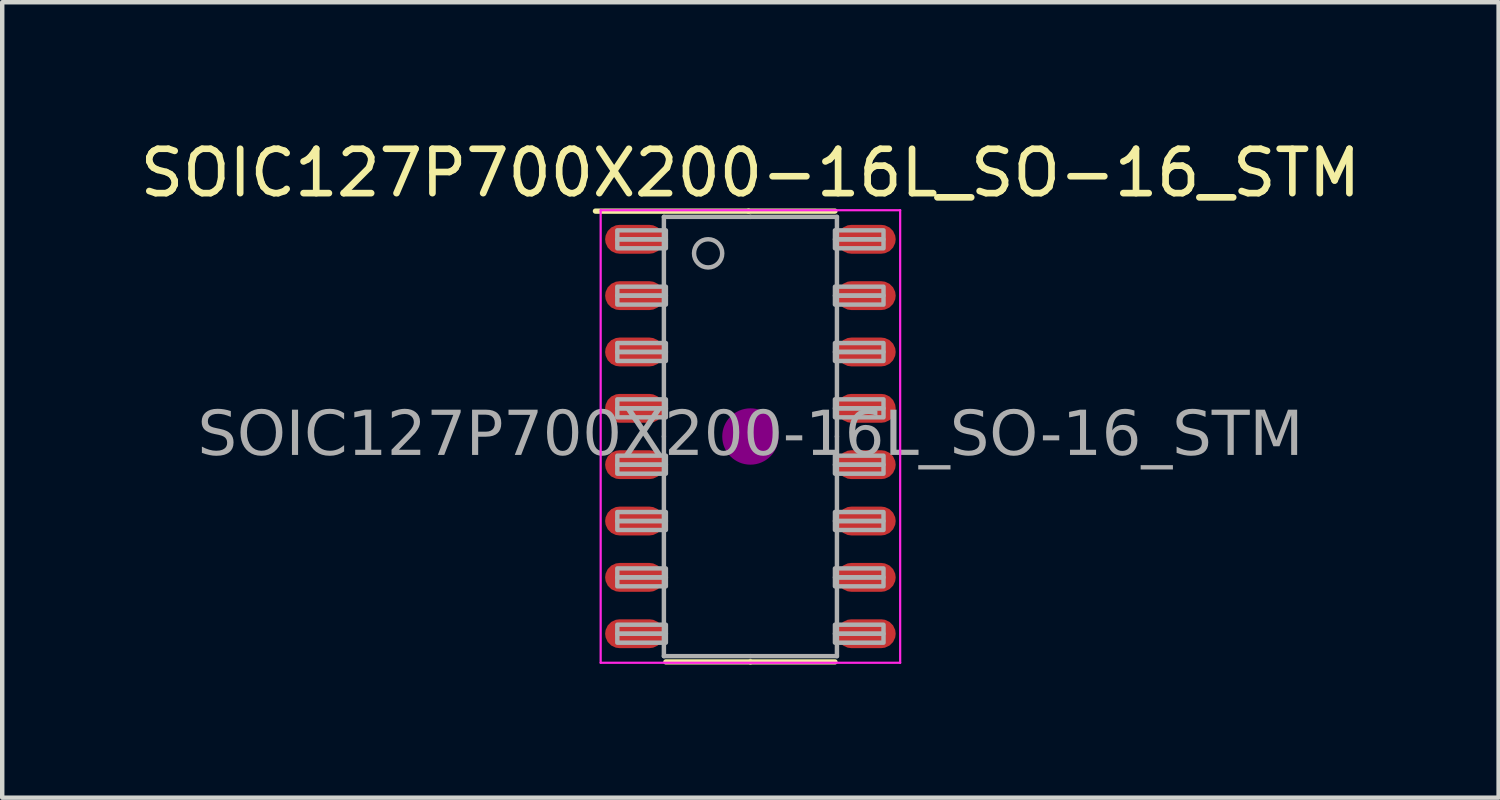
<source format=kicad_pcb>
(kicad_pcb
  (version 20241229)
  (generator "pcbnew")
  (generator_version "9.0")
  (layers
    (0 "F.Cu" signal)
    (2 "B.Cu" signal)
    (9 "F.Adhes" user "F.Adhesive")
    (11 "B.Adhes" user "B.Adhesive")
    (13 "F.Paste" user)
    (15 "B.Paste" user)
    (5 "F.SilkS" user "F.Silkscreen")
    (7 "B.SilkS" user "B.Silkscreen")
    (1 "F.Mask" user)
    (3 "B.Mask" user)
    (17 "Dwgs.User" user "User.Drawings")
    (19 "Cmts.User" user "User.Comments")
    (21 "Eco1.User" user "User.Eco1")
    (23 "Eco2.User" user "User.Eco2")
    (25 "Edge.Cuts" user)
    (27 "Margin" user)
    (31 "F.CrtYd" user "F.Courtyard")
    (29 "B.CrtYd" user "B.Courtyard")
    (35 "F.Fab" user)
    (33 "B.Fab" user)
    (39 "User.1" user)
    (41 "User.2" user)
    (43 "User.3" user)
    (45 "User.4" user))
  (footprint "SOIC127P700X200-16L_SO-16_STM"
    (layer "F.Cu")
    (at 13.863 6.788)
    (property "Reference" "SOIC127P700X200-16L_SO-16_STM" (at 0 -5.94 0) (layer "F.SilkS") (effects (font (size 1 1) (thickness 0.15))))
    (attr smd)
    (fp_line (start -0.043 -5.08) (end -3.493 -5.08) (stroke (width 0.12) (type solid)) (layer "F.SilkS"))
    (fp_line (start -0.043 -5.08) (end 1.905 -5.08) (stroke (width 0.12) (type solid)) (layer "F.SilkS"))
    (fp_line (start 0 5.08) (end -1.905 5.08) (stroke (width 0.12) (type solid)) (layer "F.SilkS"))
    (fp_line (start 0 5.08) (end 1.905 5.08) (stroke (width 0.12) (type solid)) (layer "F.SilkS"))
    (fp_circle (center 0 0) (end 0.635 0) (stroke (width 0) (type solid)) (fill yes) (layer "F.Adhes"))
    (fp_line (start -3.375 -5.1) (end 3.375 -5.1) (stroke (width 0.05) (type solid)) (layer "F.CrtYd"))
    (fp_line (start -3.375 5.1) (end -3.375 -5.1) (stroke (width 0.05) (type solid)) (layer "F.CrtYd"))
    (fp_line (start 3.375 -5.1) (end 3.375 5.1) (stroke (width 0.05) (type solid)) (layer "F.CrtYd"))
    (fp_line (start 3.375 5.1) (end -3.375 5.1) (stroke (width 0.05) (type solid)) (layer "F.CrtYd"))
    (fp_line (start -1.95 0) (end -1.95 -4.95) (stroke (width 0.1) (type solid)) (layer "F.Fab"))
    (fp_line (start -1.95 0) (end -1.95 4.95) (stroke (width 0.1) (type solid)) (layer "F.Fab"))
    (fp_line (start 0 -4.95) (end -1.95 -4.95) (stroke (width 0.1) (type solid)) (layer "F.Fab"))
    (fp_line (start 0 -4.95) (end 1.95 -4.95) (stroke (width 0.1) (type solid)) (layer "F.Fab"))
    (fp_line (start 0 4.95) (end -1.95 4.95) (stroke (width 0.1) (type solid)) (layer "F.Fab"))
    (fp_line (start 0 4.95) (end 1.95 4.95) (stroke (width 0.1) (type solid)) (layer "F.Fab"))
    (fp_line (start 1.95 0) (end 1.95 -4.95) (stroke (width 0.1) (type solid)) (layer "F.Fab"))
    (fp_line (start 1.95 0) (end 1.95 4.95) (stroke (width 0.1) (type solid)) (layer "F.Fab"))
    (fp_rect (start -3 -4.647) (end -1.905 -4.445) (stroke (width 0.1) (type solid)) (fill no) (layer "F.Fab"))
    (fp_rect (start -3 -4.242) (end -1.905 -4.445) (stroke (width 0.1) (type solid)) (fill no) (layer "F.Fab"))
    (fp_rect (start -3 -3.377) (end -1.905 -3.175) (stroke (width 0.1) (type solid)) (fill no) (layer "F.Fab"))
    (fp_rect (start -3 -2.973) (end -1.905 -3.175) (stroke (width 0.1) (type solid)) (fill no) (layer "F.Fab"))
    (fp_rect (start -3 -2.107) (end -1.905 -1.905) (stroke (width 0.1) (type solid)) (fill no) (layer "F.Fab"))
    (fp_rect (start -3 -1.702) (end -1.905 -1.905) (stroke (width 0.1) (type solid)) (fill no) (layer "F.Fab"))
    (fp_rect (start -3 -0.838) (end -1.905 -0.635) (stroke (width 0.1) (type solid)) (fill no) (layer "F.Fab"))
    (fp_rect (start -3 -0.432) (end -1.905 -0.635) (stroke (width 0.1) (type solid)) (fill no) (layer "F.Fab"))
    (fp_rect (start -3 0.432) (end -1.905 0.635) (stroke (width 0.1) (type solid)) (fill no) (layer "F.Fab"))
    (fp_rect (start -3 0.838) (end -1.905 0.635) (stroke (width 0.1) (type solid)) (fill no) (layer "F.Fab"))
    (fp_rect (start -3 1.702) (end -1.905 1.905) (stroke (width 0.1) (type solid)) (fill no) (layer "F.Fab"))
    (fp_rect (start -3 2.107) (end -1.905 1.905) (stroke (width 0.1) (type solid)) (fill no) (layer "F.Fab"))
    (fp_rect (start -3 2.973) (end -1.905 3.175) (stroke (width 0.1) (type solid)) (fill no) (layer "F.Fab"))
    (fp_rect (start -3 3.377) (end -1.905 3.175) (stroke (width 0.1) (type solid)) (fill no) (layer "F.Fab"))
    (fp_rect (start -3 4.242) (end -1.905 4.445) (stroke (width 0.1) (type solid)) (fill no) (layer "F.Fab"))
    (fp_rect (start -3 4.647) (end -1.905 4.445) (stroke (width 0.1) (type solid)) (fill no) (layer "F.Fab"))
    (fp_rect (start 3 -4.647) (end 1.905 -4.445) (stroke (width 0.1) (type solid)) (fill no) (layer "F.Fab"))
    (fp_rect (start 3 -4.242) (end 1.905 -4.445) (stroke (width 0.1) (type solid)) (fill no) (layer "F.Fab"))
    (fp_rect (start 3 -3.377) (end 1.905 -3.175) (stroke (width 0.1) (type solid)) (fill no) (layer "F.Fab"))
    (fp_rect (start 3 -2.973) (end 1.905 -3.175) (stroke (width 0.1) (type solid)) (fill no) (layer "F.Fab"))
    (fp_rect (start 3 -2.107) (end 1.905 -1.905) (stroke (width 0.1) (type solid)) (fill no) (layer "F.Fab"))
    (fp_rect (start 3 -1.702) (end 1.905 -1.905) (stroke (width 0.1) (type solid)) (fill no) (layer "F.Fab"))
    (fp_rect (start 3 -0.838) (end 1.905 -0.635) (stroke (width 0.1) (type solid)) (fill no) (layer "F.Fab"))
    (fp_rect (start 3 -0.432) (end 1.905 -0.635) (stroke (width 0.1) (type solid)) (fill no) (layer "F.Fab"))
    (fp_rect (start 3 0.432) (end 1.905 0.635) (stroke (width 0.1) (type solid)) (fill no) (layer "F.Fab"))
    (fp_rect (start 3 0.838) (end 1.905 0.635) (stroke (width 0.1) (type solid)) (fill no) (layer "F.Fab"))
    (fp_rect (start 3 1.702) (end 1.905 1.905) (stroke (width 0.1) (type solid)) (fill no) (layer "F.Fab"))
    (fp_rect (start 3 2.107) (end 1.905 1.905) (stroke (width 0.1) (type solid)) (fill no) (layer "F.Fab"))
    (fp_rect (start 3 2.973) (end 1.905 3.175) (stroke (width 0.1) (type solid)) (fill no) (layer "F.Fab"))
    (fp_rect (start 3 3.377) (end 1.905 3.175) (stroke (width 0.1) (type solid)) (fill no) (layer "F.Fab"))
    (fp_rect (start 3 4.242) (end 1.905 4.445) (stroke (width 0.1) (type solid)) (fill no) (layer "F.Fab"))
    (fp_rect (start 3 4.647) (end 1.905 4.445) (stroke (width 0.1) (type solid)) (fill no) (layer "F.Fab"))
    (fp_circle (center -0.953 -4.128) (end -0.635 -4.128) (stroke (width 0.1) (type solid)) (fill no) (layer "F.Fab"))
    (fp_text user "${REFERENCE}" (at 0 0 0) (layer "F.Fab") (effects (font (face "Tahoma") (size 1 1) (thickness 0.15))))
    (pad "1" smd roundrect (at -2.612 -4.445 90) (size 0.65 1.325) (layers "F.Cu" "F.Mask" "F.Paste") (roundrect_rratio 0.5))
    (pad "2" smd roundrect (at -2.612 -3.175 90) (size 0.65 1.325) (layers "F.Cu" "F.Mask" "F.Paste") (roundrect_rratio 0.5))
    (pad "3" smd roundrect (at -2.612 -1.905 90) (size 0.65 1.325) (layers "F.Cu" "F.Mask" "F.Paste") (roundrect_rratio 0.5))
    (pad "4" smd roundrect (at -2.612 -0.635 90) (size 0.65 1.325) (layers "F.Cu" "F.Mask" "F.Paste") (roundrect_rratio 0.5))
    (pad "5" smd roundrect (at -2.612 0.635 90) (size 0.65 1.325) (layers "F.Cu" "F.Mask" "F.Paste") (roundrect_rratio 0.5))
    (pad "6" smd roundrect (at -2.612 1.905 90) (size 0.65 1.325) (layers "F.Cu" "F.Mask" "F.Paste") (roundrect_rratio 0.5))
    (pad "7" smd roundrect (at -2.612 3.175 90) (size 0.65 1.325) (layers "F.Cu" "F.Mask" "F.Paste") (roundrect_rratio 0.5))
    (pad "8" smd roundrect (at -2.612 4.445 90) (size 0.65 1.325) (layers "F.Cu" "F.Mask" "F.Paste") (roundrect_rratio 0.5))
    (pad "9" smd roundrect (at 2.612 4.445 90) (size 0.65 1.325) (layers "F.Cu" "F.Mask" "F.Paste") (roundrect_rratio 0.5))
    (pad "10" smd roundrect (at 2.612 3.175 90) (size 0.65 1.325) (layers "F.Cu" "F.Mask" "F.Paste") (roundrect_rratio 0.5))
    (pad "11" smd roundrect (at 2.612 1.905 90) (size 0.65 1.325) (layers "F.Cu" "F.Mask" "F.Paste") (roundrect_rratio 0.5))
    (pad "12" smd roundrect (at 2.612 0.635 90) (size 0.65 1.325) (layers "F.Cu" "F.Mask" "F.Paste") (roundrect_rratio 0.5))
    (pad "13" smd roundrect (at 2.612 -0.635 90) (size 0.65 1.325) (layers "F.Cu" "F.Mask" "F.Paste") (roundrect_rratio 0.5))
    (pad "14" smd roundrect (at 2.612 -1.905 90) (size 0.65 1.325) (layers "F.Cu" "F.Mask" "F.Paste") (roundrect_rratio 0.5))
    (pad "15" smd roundrect (at 2.612 -3.175 90) (size 0.65 1.325) (layers "F.Cu" "F.Mask" "F.Paste") (roundrect_rratio 0.5))
    (pad "16" smd roundrect (at 2.612 -4.445 90) (size 0.65 1.325) (layers "F.Cu" "F.Mask" "F.Paste") (roundrect_rratio 0.5)))
  (gr_rect
    (start -3 -3)
    (end 30.726 14.928)
    (stroke (width 0.1) (type default))
    (fill no)
    (layer "Edge.Cuts")))
</source>
